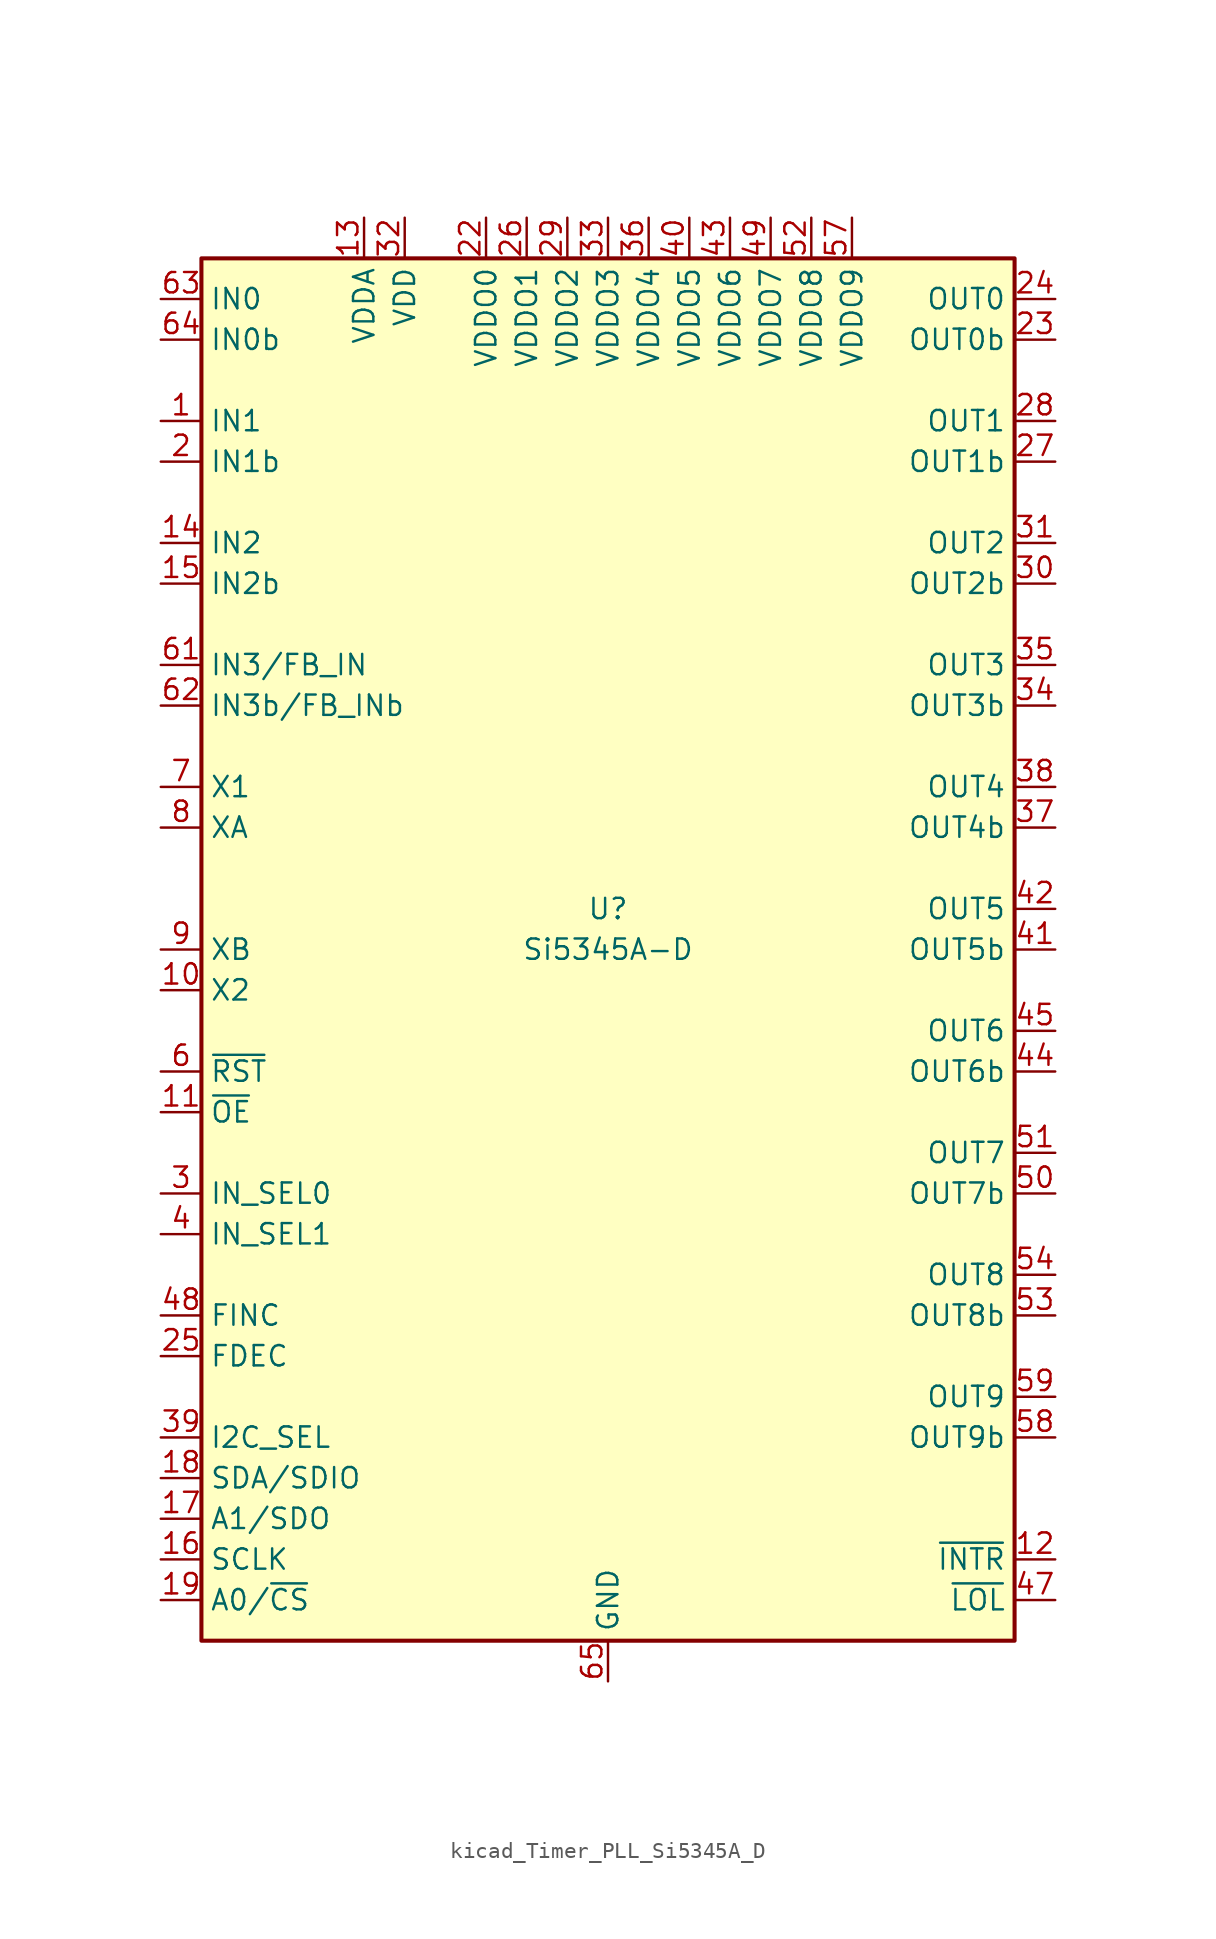
<source format=kicad_sym>
(kicad_symbol_lib
  (version 20220914)
  (generator kicad_symbol_editor)
  (symbol "kicad_Timer_PLL_Si5345A_D"
    (property "Reference" "U"
      (at 0 2.54 0)
      (effects (font (size 1.27 1.27))))
    (property "Value" "Si5345A-D"
      (at 0 0 0)
      (effects (font (size 1.27 1.27))))
    (symbol "kicad_Timer_PLL_Si5345A_D_0_1"
      (rectangle (start -25.4 43.18) (end 25.4 -43.18) (stroke (width 0.254) (type default)) (fill (type background))))
    (symbol "kicad_Timer_PLL_Si5345A_D_1_1"
      (pin input line (at -27.94 33.02 0) (length 2.54) (name "IN1" (effects (font (size 1.27 1.27)))) (number "1" (effects (font (size 1.27 1.27)))))
      (pin input line (at -27.94 -2.54 0) (length 2.54) (name "X2" (effects (font (size 1.27 1.27)))) (number "10" (effects (font (size 1.27 1.27)))))
      (pin input line (at -27.94 -10.16 0) (length 2.54) (name "~{OE}" (effects (font (size 1.27 1.27)))) (number "11" (effects (font (size 1.27 1.27)))))
      (pin output line (at 27.94 -38.1 180) (length 2.54) (name "~{INTR}" (effects (font (size 1.27 1.27)))) (number "12" (effects (font (size 1.27 1.27)))))
      (pin power_in line (at -15.24 45.72 270) (length 2.54) (name "VDDA" (effects (font (size 1.27 1.27)))) (number "13" (effects (font (size 1.27 1.27)))))
      (pin input line (at -27.94 25.4 0) (length 2.54) (name "IN2" (effects (font (size 1.27 1.27)))) (number "14" (effects (font (size 1.27 1.27)))))
      (pin input line (at -27.94 22.86 0) (length 2.54) (name "IN2b" (effects (font (size 1.27 1.27)))) (number "15" (effects (font (size 1.27 1.27)))))
      (pin input line (at -27.94 -38.1 0) (length 2.54) (name "SCLK" (effects (font (size 1.27 1.27)))) (number "16" (effects (font (size 1.27 1.27)))))
      (pin bidirectional line (at -27.94 -35.56 0) (length 2.54) (name "A1/SDO" (effects (font (size 1.27 1.27)))) (number "17" (effects (font (size 1.27 1.27)))))
      (pin bidirectional line (at -27.94 -33.02 0) (length 2.54) (name "SDA/SDIO" (effects (font (size 1.27 1.27)))) (number "18" (effects (font (size 1.27 1.27)))))
      (pin input line (at -27.94 -40.64 0) (length 2.54) (name "A0/~{CS}" (effects (font (size 1.27 1.27)))) (number "19" (effects (font (size 1.27 1.27)))))
      (pin input line (at -27.94 30.48 0) (length 2.54) (name "IN1b" (effects (font (size 1.27 1.27)))) (number "2" (effects (font (size 1.27 1.27)))))
      (pin no_connect line (at 25.4 27.94 180) (length 2.54) hide (name "NC" (effects (font (size 1.27 1.27)))) (number "20" (effects (font (size 1.27 1.27)))))
      (pin no_connect line (at 25.4 20.32 180) (length 2.54) hide (name "NC" (effects (font (size 1.27 1.27)))) (number "21" (effects (font (size 1.27 1.27)))))
      (pin power_in line (at -7.62 45.72 270) (length 2.54) (name "VDDO0" (effects (font (size 1.27 1.27)))) (number "22" (effects (font (size 1.27 1.27)))))
      (pin output line (at 27.94 38.1 180) (length 2.54) (name "OUT0b" (effects (font (size 1.27 1.27)))) (number "23" (effects (font (size 1.27 1.27)))))
      (pin output line (at 27.94 40.64 180) (length 2.54) (name "OUT0" (effects (font (size 1.27 1.27)))) (number "24" (effects (font (size 1.27 1.27)))))
      (pin input line (at -27.94 -25.4 0) (length 2.54) (name "FDEC" (effects (font (size 1.27 1.27)))) (number "25" (effects (font (size 1.27 1.27)))))
      (pin power_in line (at -5.08 45.72 270) (length 2.54) (name "VDDO1" (effects (font (size 1.27 1.27)))) (number "26" (effects (font (size 1.27 1.27)))))
      (pin output line (at 27.94 30.48 180) (length 2.54) (name "OUT1b" (effects (font (size 1.27 1.27)))) (number "27" (effects (font (size 1.27 1.27)))))
      (pin output line (at 27.94 33.02 180) (length 2.54) (name "OUT1" (effects (font (size 1.27 1.27)))) (number "28" (effects (font (size 1.27 1.27)))))
      (pin power_in line (at -2.54 45.72 270) (length 2.54) (name "VDDO2" (effects (font (size 1.27 1.27)))) (number "29" (effects (font (size 1.27 1.27)))))
      (pin input line (at -27.94 -15.24 0) (length 2.54) (name "IN_SEL0" (effects (font (size 1.27 1.27)))) (number "3" (effects (font (size 1.27 1.27)))))
      (pin output line (at 27.94 22.86 180) (length 2.54) (name "OUT2b" (effects (font (size 1.27 1.27)))) (number "30" (effects (font (size 1.27 1.27)))))
      (pin output line (at 27.94 25.4 180) (length 2.54) (name "OUT2" (effects (font (size 1.27 1.27)))) (number "31" (effects (font (size 1.27 1.27)))))
      (pin power_in line (at -12.7 45.72 270) (length 2.54) (name "VDD" (effects (font (size 1.27 1.27)))) (number "32" (effects (font (size 1.27 1.27)))))
      (pin power_in line (at 0 45.72 270) (length 2.54) (name "VDDO3" (effects (font (size 1.27 1.27)))) (number "33" (effects (font (size 1.27 1.27)))))
      (pin output line (at 27.94 15.24 180) (length 2.54) (name "OUT3b" (effects (font (size 1.27 1.27)))) (number "34" (effects (font (size 1.27 1.27)))))
      (pin output line (at 27.94 17.78 180) (length 2.54) (name "OUT3" (effects (font (size 1.27 1.27)))) (number "35" (effects (font (size 1.27 1.27)))))
      (pin power_in line (at 2.54 45.72 270) (length 2.54) (name "VDDO4" (effects (font (size 1.27 1.27)))) (number "36" (effects (font (size 1.27 1.27)))))
      (pin output line (at 27.94 7.62 180) (length 2.54) (name "OUT4b" (effects (font (size 1.27 1.27)))) (number "37" (effects (font (size 1.27 1.27)))))
      (pin output line (at 27.94 10.16 180) (length 2.54) (name "OUT4" (effects (font (size 1.27 1.27)))) (number "38" (effects (font (size 1.27 1.27)))))
      (pin input line (at -27.94 -30.48 0) (length 2.54) (name "I2C_SEL" (effects (font (size 1.27 1.27)))) (number "39" (effects (font (size 1.27 1.27)))))
      (pin input line (at -27.94 -17.78 0) (length 2.54) (name "IN_SEL1" (effects (font (size 1.27 1.27)))) (number "4" (effects (font (size 1.27 1.27)))))
      (pin power_in line (at 5.08 45.72 270) (length 2.54) (name "VDDO5" (effects (font (size 1.27 1.27)))) (number "40" (effects (font (size 1.27 1.27)))))
      (pin output line (at 27.94 0 180) (length 2.54) (name "OUT5b" (effects (font (size 1.27 1.27)))) (number "41" (effects (font (size 1.27 1.27)))))
      (pin output line (at 27.94 2.54 180) (length 2.54) (name "OUT5" (effects (font (size 1.27 1.27)))) (number "42" (effects (font (size 1.27 1.27)))))
      (pin power_in line (at 7.62 45.72 270) (length 2.54) (name "VDDO6" (effects (font (size 1.27 1.27)))) (number "43" (effects (font (size 1.27 1.27)))))
      (pin output line (at 27.94 -7.62 180) (length 2.54) (name "OUT6b" (effects (font (size 1.27 1.27)))) (number "44" (effects (font (size 1.27 1.27)))))
      (pin output line (at 27.94 -5.08 180) (length 2.54) (name "OUT6" (effects (font (size 1.27 1.27)))) (number "45" (effects (font (size 1.27 1.27)))))
      (pin passive line (at -12.7 45.72 270) (length 2.54) hide (name "VDD" (effects (font (size 1.27 1.27)))) (number "46" (effects (font (size 1.27 1.27)))))
      (pin output line (at 27.94 -40.64 180) (length 2.54) (name "~{LOL}" (effects (font (size 1.27 1.27)))) (number "47" (effects (font (size 1.27 1.27)))))
      (pin input line (at -27.94 -22.86 0) (length 2.54) (name "FINC" (effects (font (size 1.27 1.27)))) (number "48" (effects (font (size 1.27 1.27)))))
      (pin power_in line (at 10.16 45.72 270) (length 2.54) (name "VDDO7" (effects (font (size 1.27 1.27)))) (number "49" (effects (font (size 1.27 1.27)))))
      (pin no_connect line (at 25.4 35.56 180) (length 2.54) hide (name "NC" (effects (font (size 1.27 1.27)))) (number "5" (effects (font (size 1.27 1.27)))))
      (pin output line (at 27.94 -15.24 180) (length 2.54) (name "OUT7b" (effects (font (size 1.27 1.27)))) (number "50" (effects (font (size 1.27 1.27)))))
      (pin output line (at 27.94 -12.7 180) (length 2.54) (name "OUT7" (effects (font (size 1.27 1.27)))) (number "51" (effects (font (size 1.27 1.27)))))
      (pin power_in line (at 12.7 45.72 270) (length 2.54) (name "VDDO8" (effects (font (size 1.27 1.27)))) (number "52" (effects (font (size 1.27 1.27)))))
      (pin output line (at 27.94 -22.86 180) (length 2.54) (name "OUT8b" (effects (font (size 1.27 1.27)))) (number "53" (effects (font (size 1.27 1.27)))))
      (pin output line (at 27.94 -20.32 180) (length 2.54) (name "OUT8" (effects (font (size 1.27 1.27)))) (number "54" (effects (font (size 1.27 1.27)))))
      (pin no_connect line (at 25.4 12.7 180) (length 2.54) hide (name "NC" (effects (font (size 1.27 1.27)))) (number "55" (effects (font (size 1.27 1.27)))))
      (pin no_connect line (at 25.4 5.08 180) (length 2.54) hide (name "NC" (effects (font (size 1.27 1.27)))) (number "56" (effects (font (size 1.27 1.27)))))
      (pin power_in line (at 15.24 45.72 270) (length 2.54) (name "VDDO9" (effects (font (size 1.27 1.27)))) (number "57" (effects (font (size 1.27 1.27)))))
      (pin output line (at 27.94 -30.48 180) (length 2.54) (name "OUT9b" (effects (font (size 1.27 1.27)))) (number "58" (effects (font (size 1.27 1.27)))))
      (pin output line (at 27.94 -27.94 180) (length 2.54) (name "OUT9" (effects (font (size 1.27 1.27)))) (number "59" (effects (font (size 1.27 1.27)))))
      (pin input line (at -27.94 -7.62 0) (length 2.54) (name "~{RST}" (effects (font (size 1.27 1.27)))) (number "6" (effects (font (size 1.27 1.27)))))
      (pin passive line (at -12.7 45.72 270) (length 2.54) hide (name "VDD" (effects (font (size 1.27 1.27)))) (number "60" (effects (font (size 1.27 1.27)))))
      (pin input line (at -27.94 17.78 0) (length 2.54) (name "IN3/FB_IN" (effects (font (size 1.27 1.27)))) (number "61" (effects (font (size 1.27 1.27)))))
      (pin input line (at -27.94 15.24 0) (length 2.54) (name "IN3b/FB_INb" (effects (font (size 1.27 1.27)))) (number "62" (effects (font (size 1.27 1.27)))))
      (pin input line (at -27.94 40.64 0) (length 2.54) (name "IN0" (effects (font (size 1.27 1.27)))) (number "63" (effects (font (size 1.27 1.27)))))
      (pin input line (at -27.94 38.1 0) (length 2.54) (name "IN0b" (effects (font (size 1.27 1.27)))) (number "64" (effects (font (size 1.27 1.27)))))
      (pin power_in line (at 0 -45.72 90) (length 2.54) (name "GND" (effects (font (size 1.27 1.27)))) (number "65" (effects (font (size 1.27 1.27)))))
      (pin input line (at -27.94 10.16 0) (length 2.54) (name "X1" (effects (font (size 1.27 1.27)))) (number "7" (effects (font (size 1.27 1.27)))))
      (pin input line (at -27.94 7.62 0) (length 2.54) (name "XA" (effects (font (size 1.27 1.27)))) (number "8" (effects (font (size 1.27 1.27)))))
      (pin input line (at -27.94 0 0) (length 2.54) (name "XB" (effects (font (size 1.27 1.27)))) (number "9" (effects (font (size 1.27 1.27))))))))
</source>
